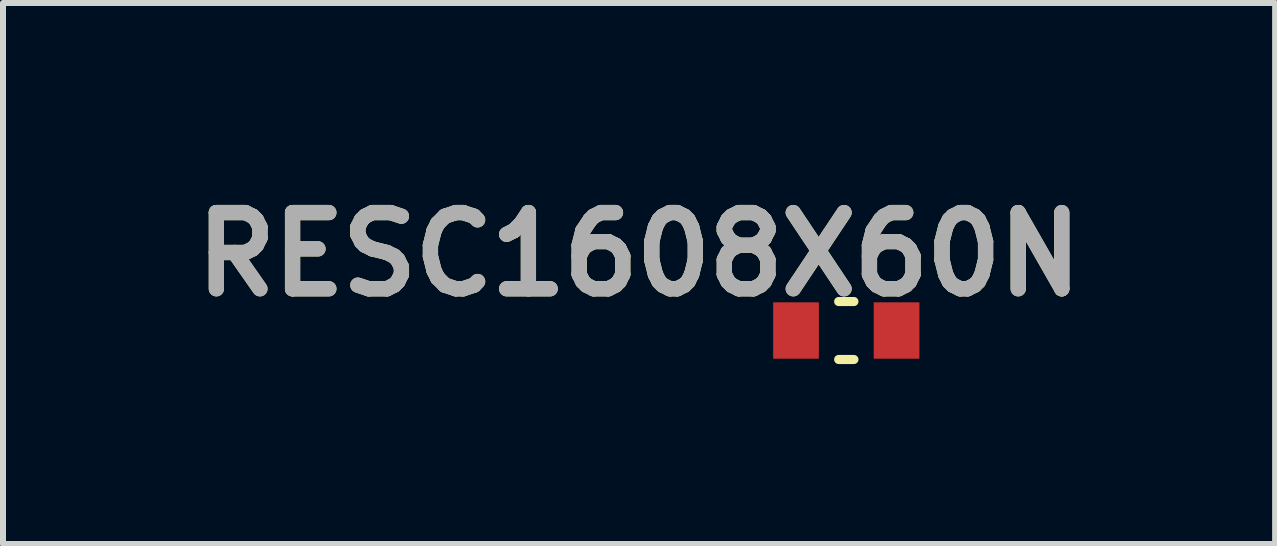
<source format=kicad_pcb>
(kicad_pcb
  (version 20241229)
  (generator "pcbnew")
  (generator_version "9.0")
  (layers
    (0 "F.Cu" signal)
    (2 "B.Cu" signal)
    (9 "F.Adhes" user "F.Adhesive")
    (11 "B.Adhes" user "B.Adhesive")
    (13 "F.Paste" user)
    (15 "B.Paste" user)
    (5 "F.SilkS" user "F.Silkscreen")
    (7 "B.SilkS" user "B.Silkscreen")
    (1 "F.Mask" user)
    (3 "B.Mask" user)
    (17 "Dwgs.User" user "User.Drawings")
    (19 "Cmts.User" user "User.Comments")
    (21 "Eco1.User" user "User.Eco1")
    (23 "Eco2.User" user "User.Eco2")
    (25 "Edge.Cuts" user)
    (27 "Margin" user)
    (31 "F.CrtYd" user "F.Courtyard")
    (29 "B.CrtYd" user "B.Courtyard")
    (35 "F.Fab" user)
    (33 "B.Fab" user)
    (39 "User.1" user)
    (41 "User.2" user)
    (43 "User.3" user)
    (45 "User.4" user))
  (footprint "RESC1608X60N"
    (layer "F.Cu")
    (at 11.056 2.459)
    (property "Reference" "RESC1608X60N" (at -3.454 -1.27 0) (layer "F.SilkS") (effects (font (size 1.27 1.27) (thickness 0.254))))
    (attr smd)
    (fp_line (start -0.127 0.483) (end 0.127 0.483) (stroke (width 0.152) (type solid)) (layer "F.SilkS"))
    (fp_line (start 0.127 -0.483) (end -0.127 -0.483) (stroke (width 0.152) (type solid)) (layer "F.SilkS"))
    (fp_text user "${REFERENCE}" (at -3.454 -1.27 0) (layer "F.Fab") (effects (font (size 1.27 1.27) (thickness 0.254))))
    (pad "1" smd rect (at -0.838 0) (size 0.762 0.94) (layers "F.Cu" "F.Mask" "F.Paste"))
    (pad "2" smd rect (at 0.838 0) (size 0.762 0.94) (layers "F.Cu" "F.Mask" "F.Paste")))
  (gr_rect
    (start -3 -3)
    (end 18.204 6.018)
    (stroke (width 0.1) (type default))
    (fill no)
    (layer "Edge.Cuts")))
</source>
